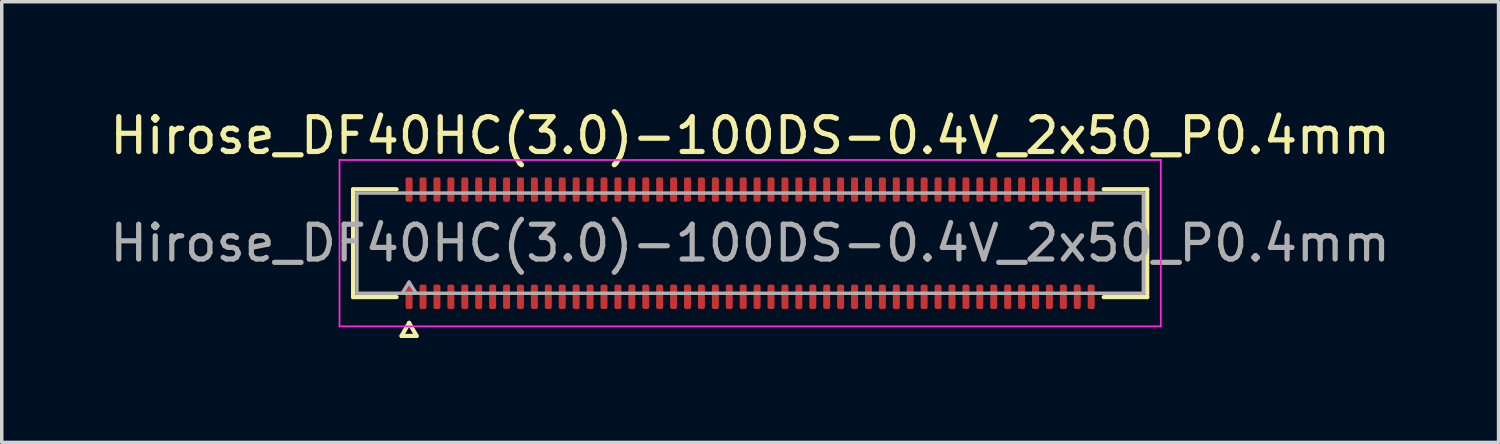
<source format=kicad_pcb>
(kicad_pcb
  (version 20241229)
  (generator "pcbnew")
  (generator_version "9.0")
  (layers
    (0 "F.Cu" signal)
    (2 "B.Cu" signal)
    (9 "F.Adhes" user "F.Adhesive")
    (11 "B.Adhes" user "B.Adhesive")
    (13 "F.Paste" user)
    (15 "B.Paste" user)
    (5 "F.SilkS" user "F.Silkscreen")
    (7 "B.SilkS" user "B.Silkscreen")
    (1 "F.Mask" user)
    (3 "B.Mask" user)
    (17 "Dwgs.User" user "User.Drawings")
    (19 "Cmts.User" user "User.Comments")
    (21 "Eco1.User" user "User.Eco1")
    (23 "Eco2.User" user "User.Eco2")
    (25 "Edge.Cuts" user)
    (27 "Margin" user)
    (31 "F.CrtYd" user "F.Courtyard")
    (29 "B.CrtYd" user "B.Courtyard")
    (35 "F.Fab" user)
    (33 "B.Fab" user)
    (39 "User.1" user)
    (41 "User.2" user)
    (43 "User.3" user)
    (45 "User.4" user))
  (footprint "Hirose_DF40HC(3.0)-100DS-0.4V_2x50_P0.4mm"
    (layer "F.Cu")
    (at 18.506 3.938)
    (property "Reference" "Hirose_DF40HC(3.0)-100DS-0.4V_2x50_P0.4mm" (at 0 -3.09 0) (layer "F.SilkS") (effects (font (size 1 1) (thickness 0.15))))
    (attr smd)
    (fp_line (start -11.41 -1.55) (end -10.16 -1.55) (stroke (width 0.12) (type solid)) (layer "F.SilkS"))
    (fp_line (start -11.41 1.55) (end -11.41 -1.55) (stroke (width 0.12) (type solid)) (layer "F.SilkS"))
    (fp_line (start -10.16 1.55) (end -11.41 1.55) (stroke (width 0.12) (type solid)) (layer "F.SilkS"))
    (fp_line (start -10.017 2.665) (end -9.8 2.29) (stroke (width 0.12) (type solid)) (layer "F.SilkS"))
    (fp_line (start -9.8 2.29) (end -9.583 2.665) (stroke (width 0.12) (type solid)) (layer "F.SilkS"))
    (fp_line (start -9.583 2.665) (end -10.017 2.665) (stroke (width 0.12) (type solid)) (layer "F.SilkS"))
    (fp_line (start 10.16 -1.55) (end 11.41 -1.55) (stroke (width 0.12) (type solid)) (layer "F.SilkS"))
    (fp_line (start 11.41 -1.55) (end 11.41 1.55) (stroke (width 0.12) (type solid)) (layer "F.SilkS"))
    (fp_line (start 11.41 1.55) (end 10.16 1.55) (stroke (width 0.12) (type solid)) (layer "F.SilkS"))
    (fp_line (start -11.8 -2.39) (end -11.8 2.39) (stroke (width 0.05) (type solid)) (layer "F.CrtYd"))
    (fp_line (start -11.8 2.39) (end 11.8 2.39) (stroke (width 0.05) (type solid)) (layer "F.CrtYd"))
    (fp_line (start 11.8 -2.39) (end -11.8 -2.39) (stroke (width 0.05) (type solid)) (layer "F.CrtYd"))
    (fp_line (start 11.8 2.39) (end 11.8 -2.39) (stroke (width 0.05) (type solid)) (layer "F.CrtYd"))
    (fp_line (start -11.3 -1.44) (end 11.3 -1.44) (stroke (width 0.1) (type solid)) (layer "F.Fab"))
    (fp_line (start -11.3 1.44) (end -11.3 -1.44) (stroke (width 0.1) (type solid)) (layer "F.Fab"))
    (fp_line (start -10 1.44) (end -9.8 1.12) (stroke (width 0.1) (type solid)) (layer "F.Fab"))
    (fp_line (start -9.8 1.12) (end -9.6 1.44) (stroke (width 0.1) (type solid)) (layer "F.Fab"))
    (fp_line (start 11.3 -1.44) (end 11.3 1.44) (stroke (width 0.1) (type solid)) (layer "F.Fab"))
    (fp_line (start 11.3 1.44) (end -11.3 1.44) (stroke (width 0.1) (type solid)) (layer "F.Fab"))
    (fp_text user "${REFERENCE}" (at 0 0 0) (layer "F.Fab") (effects (font (size 1 1) (thickness 0.15))))
    (pad "1" smd roundrect (at -9.8 1.54) (size 0.2 0.7) (layers "F.Cu" "F.Mask" "F.Paste") (roundrect_rratio 0.25))
    (pad "2" smd roundrect (at -9.8 -1.54) (size 0.2 0.7) (layers "F.Cu" "F.Mask" "F.Paste") (roundrect_rratio 0.25))
    (pad "3" smd roundrect (at -9.4 1.54) (size 0.2 0.7) (layers "F.Cu" "F.Mask" "F.Paste") (roundrect_rratio 0.25))
    (pad "4" smd roundrect (at -9.4 -1.54) (size 0.2 0.7) (layers "F.Cu" "F.Mask" "F.Paste") (roundrect_rratio 0.25))
    (pad "5" smd roundrect (at -9 1.54) (size 0.2 0.7) (layers "F.Cu" "F.Mask" "F.Paste") (roundrect_rratio 0.25))
    (pad "6" smd roundrect (at -9 -1.54) (size 0.2 0.7) (layers "F.Cu" "F.Mask" "F.Paste") (roundrect_rratio 0.25))
    (pad "7" smd roundrect (at -8.6 1.54) (size 0.2 0.7) (layers "F.Cu" "F.Mask" "F.Paste") (roundrect_rratio 0.25))
    (pad "8" smd roundrect (at -8.6 -1.54) (size 0.2 0.7) (layers "F.Cu" "F.Mask" "F.Paste") (roundrect_rratio 0.25))
    (pad "9" smd roundrect (at -8.2 1.54) (size 0.2 0.7) (layers "F.Cu" "F.Mask" "F.Paste") (roundrect_rratio 0.25))
    (pad "10" smd roundrect (at -8.2 -1.54) (size 0.2 0.7) (layers "F.Cu" "F.Mask" "F.Paste") (roundrect_rratio 0.25))
    (pad "11" smd roundrect (at -7.8 1.54) (size 0.2 0.7) (layers "F.Cu" "F.Mask" "F.Paste") (roundrect_rratio 0.25))
    (pad "12" smd roundrect (at -7.8 -1.54) (size 0.2 0.7) (layers "F.Cu" "F.Mask" "F.Paste") (roundrect_rratio 0.25))
    (pad "13" smd roundrect (at -7.4 1.54) (size 0.2 0.7) (layers "F.Cu" "F.Mask" "F.Paste") (roundrect_rratio 0.25))
    (pad "14" smd roundrect (at -7.4 -1.54) (size 0.2 0.7) (layers "F.Cu" "F.Mask" "F.Paste") (roundrect_rratio 0.25))
    (pad "15" smd roundrect (at -7 1.54) (size 0.2 0.7) (layers "F.Cu" "F.Mask" "F.Paste") (roundrect_rratio 0.25))
    (pad "16" smd roundrect (at -7 -1.54) (size 0.2 0.7) (layers "F.Cu" "F.Mask" "F.Paste") (roundrect_rratio 0.25))
    (pad "17" smd roundrect (at -6.6 1.54) (size 0.2 0.7) (layers "F.Cu" "F.Mask" "F.Paste") (roundrect_rratio 0.25))
    (pad "18" smd roundrect (at -6.6 -1.54) (size 0.2 0.7) (layers "F.Cu" "F.Mask" "F.Paste") (roundrect_rratio 0.25))
    (pad "19" smd roundrect (at -6.2 1.54) (size 0.2 0.7) (layers "F.Cu" "F.Mask" "F.Paste") (roundrect_rratio 0.25))
    (pad "20" smd roundrect (at -6.2 -1.54) (size 0.2 0.7) (layers "F.Cu" "F.Mask" "F.Paste") (roundrect_rratio 0.25))
    (pad "21" smd roundrect (at -5.8 1.54) (size 0.2 0.7) (layers "F.Cu" "F.Mask" "F.Paste") (roundrect_rratio 0.25))
    (pad "22" smd roundrect (at -5.8 -1.54) (size 0.2 0.7) (layers "F.Cu" "F.Mask" "F.Paste") (roundrect_rratio 0.25))
    (pad "23" smd roundrect (at -5.4 1.54) (size 0.2 0.7) (layers "F.Cu" "F.Mask" "F.Paste") (roundrect_rratio 0.25))
    (pad "24" smd roundrect (at -5.4 -1.54) (size 0.2 0.7) (layers "F.Cu" "F.Mask" "F.Paste") (roundrect_rratio 0.25))
    (pad "25" smd roundrect (at -5 1.54) (size 0.2 0.7) (layers "F.Cu" "F.Mask" "F.Paste") (roundrect_rratio 0.25))
    (pad "26" smd roundrect (at -5 -1.54) (size 0.2 0.7) (layers "F.Cu" "F.Mask" "F.Paste") (roundrect_rratio 0.25))
    (pad "27" smd roundrect (at -4.6 1.54) (size 0.2 0.7) (layers "F.Cu" "F.Mask" "F.Paste") (roundrect_rratio 0.25))
    (pad "28" smd roundrect (at -4.6 -1.54) (size 0.2 0.7) (layers "F.Cu" "F.Mask" "F.Paste") (roundrect_rratio 0.25))
    (pad "29" smd roundrect (at -4.2 1.54) (size 0.2 0.7) (layers "F.Cu" "F.Mask" "F.Paste") (roundrect_rratio 0.25))
    (pad "30" smd roundrect (at -4.2 -1.54) (size 0.2 0.7) (layers "F.Cu" "F.Mask" "F.Paste") (roundrect_rratio 0.25))
    (pad "31" smd roundrect (at -3.8 1.54) (size 0.2 0.7) (layers "F.Cu" "F.Mask" "F.Paste") (roundrect_rratio 0.25))
    (pad "32" smd roundrect (at -3.8 -1.54) (size 0.2 0.7) (layers "F.Cu" "F.Mask" "F.Paste") (roundrect_rratio 0.25))
    (pad "33" smd roundrect (at -3.4 1.54) (size 0.2 0.7) (layers "F.Cu" "F.Mask" "F.Paste") (roundrect_rratio 0.25))
    (pad "34" smd roundrect (at -3.4 -1.54) (size 0.2 0.7) (layers "F.Cu" "F.Mask" "F.Paste") (roundrect_rratio 0.25))
    (pad "35" smd roundrect (at -3 1.54) (size 0.2 0.7) (layers "F.Cu" "F.Mask" "F.Paste") (roundrect_rratio 0.25))
    (pad "36" smd roundrect (at -3 -1.54) (size 0.2 0.7) (layers "F.Cu" "F.Mask" "F.Paste") (roundrect_rratio 0.25))
    (pad "37" smd roundrect (at -2.6 1.54) (size 0.2 0.7) (layers "F.Cu" "F.Mask" "F.Paste") (roundrect_rratio 0.25))
    (pad "38" smd roundrect (at -2.6 -1.54) (size 0.2 0.7) (layers "F.Cu" "F.Mask" "F.Paste") (roundrect_rratio 0.25))
    (pad "39" smd roundrect (at -2.2 1.54) (size 0.2 0.7) (layers "F.Cu" "F.Mask" "F.Paste") (roundrect_rratio 0.25))
    (pad "40" smd roundrect (at -2.2 -1.54) (size 0.2 0.7) (layers "F.Cu" "F.Mask" "F.Paste") (roundrect_rratio 0.25))
    (pad "41" smd roundrect (at -1.8 1.54) (size 0.2 0.7) (layers "F.Cu" "F.Mask" "F.Paste") (roundrect_rratio 0.25))
    (pad "42" smd roundrect (at -1.8 -1.54) (size 0.2 0.7) (layers "F.Cu" "F.Mask" "F.Paste") (roundrect_rratio 0.25))
    (pad "43" smd roundrect (at -1.4 1.54) (size 0.2 0.7) (layers "F.Cu" "F.Mask" "F.Paste") (roundrect_rratio 0.25))
    (pad "44" smd roundrect (at -1.4 -1.54) (size 0.2 0.7) (layers "F.Cu" "F.Mask" "F.Paste") (roundrect_rratio 0.25))
    (pad "45" smd roundrect (at -1 1.54) (size 0.2 0.7) (layers "F.Cu" "F.Mask" "F.Paste") (roundrect_rratio 0.25))
    (pad "46" smd roundrect (at -1 -1.54) (size 0.2 0.7) (layers "F.Cu" "F.Mask" "F.Paste") (roundrect_rratio 0.25))
    (pad "47" smd roundrect (at -0.6 1.54) (size 0.2 0.7) (layers "F.Cu" "F.Mask" "F.Paste") (roundrect_rratio 0.25))
    (pad "48" smd roundrect (at -0.6 -1.54) (size 0.2 0.7) (layers "F.Cu" "F.Mask" "F.Paste") (roundrect_rratio 0.25))
    (pad "49" smd roundrect (at -0.2 1.54) (size 0.2 0.7) (layers "F.Cu" "F.Mask" "F.Paste") (roundrect_rratio 0.25))
    (pad "50" smd roundrect (at -0.2 -1.54) (size 0.2 0.7) (layers "F.Cu" "F.Mask" "F.Paste") (roundrect_rratio 0.25))
    (pad "51" smd roundrect (at 0.2 1.54) (size 0.2 0.7) (layers "F.Cu" "F.Mask" "F.Paste") (roundrect_rratio 0.25))
    (pad "52" smd roundrect (at 0.2 -1.54) (size 0.2 0.7) (layers "F.Cu" "F.Mask" "F.Paste") (roundrect_rratio 0.25))
    (pad "53" smd roundrect (at 0.6 1.54) (size 0.2 0.7) (layers "F.Cu" "F.Mask" "F.Paste") (roundrect_rratio 0.25))
    (pad "54" smd roundrect (at 0.6 -1.54) (size 0.2 0.7) (layers "F.Cu" "F.Mask" "F.Paste") (roundrect_rratio 0.25))
    (pad "55" smd roundrect (at 1 1.54) (size 0.2 0.7) (layers "F.Cu" "F.Mask" "F.Paste") (roundrect_rratio 0.25))
    (pad "56" smd roundrect (at 1 -1.54) (size 0.2 0.7) (layers "F.Cu" "F.Mask" "F.Paste") (roundrect_rratio 0.25))
    (pad "57" smd roundrect (at 1.4 1.54) (size 0.2 0.7) (layers "F.Cu" "F.Mask" "F.Paste") (roundrect_rratio 0.25))
    (pad "58" smd roundrect (at 1.4 -1.54) (size 0.2 0.7) (layers "F.Cu" "F.Mask" "F.Paste") (roundrect_rratio 0.25))
    (pad "59" smd roundrect (at 1.8 1.54) (size 0.2 0.7) (layers "F.Cu" "F.Mask" "F.Paste") (roundrect_rratio 0.25))
    (pad "60" smd roundrect (at 1.8 -1.54) (size 0.2 0.7) (layers "F.Cu" "F.Mask" "F.Paste") (roundrect_rratio 0.25))
    (pad "61" smd roundrect (at 2.2 1.54) (size 0.2 0.7) (layers "F.Cu" "F.Mask" "F.Paste") (roundrect_rratio 0.25))
    (pad "62" smd roundrect (at 2.2 -1.54) (size 0.2 0.7) (layers "F.Cu" "F.Mask" "F.Paste") (roundrect_rratio 0.25))
    (pad "63" smd roundrect (at 2.6 1.54) (size 0.2 0.7) (layers "F.Cu" "F.Mask" "F.Paste") (roundrect_rratio 0.25))
    (pad "64" smd roundrect (at 2.6 -1.54) (size 0.2 0.7) (layers "F.Cu" "F.Mask" "F.Paste") (roundrect_rratio 0.25))
    (pad "65" smd roundrect (at 3 1.54) (size 0.2 0.7) (layers "F.Cu" "F.Mask" "F.Paste") (roundrect_rratio 0.25))
    (pad "66" smd roundrect (at 3 -1.54) (size 0.2 0.7) (layers "F.Cu" "F.Mask" "F.Paste") (roundrect_rratio 0.25))
    (pad "67" smd roundrect (at 3.4 1.54) (size 0.2 0.7) (layers "F.Cu" "F.Mask" "F.Paste") (roundrect_rratio 0.25))
    (pad "68" smd roundrect (at 3.4 -1.54) (size 0.2 0.7) (layers "F.Cu" "F.Mask" "F.Paste") (roundrect_rratio 0.25))
    (pad "69" smd roundrect (at 3.8 1.54) (size 0.2 0.7) (layers "F.Cu" "F.Mask" "F.Paste") (roundrect_rratio 0.25))
    (pad "70" smd roundrect (at 3.8 -1.54) (size 0.2 0.7) (layers "F.Cu" "F.Mask" "F.Paste") (roundrect_rratio 0.25))
    (pad "71" smd roundrect (at 4.2 1.54) (size 0.2 0.7) (layers "F.Cu" "F.Mask" "F.Paste") (roundrect_rratio 0.25))
    (pad "72" smd roundrect (at 4.2 -1.54) (size 0.2 0.7) (layers "F.Cu" "F.Mask" "F.Paste") (roundrect_rratio 0.25))
    (pad "73" smd roundrect (at 4.6 1.54) (size 0.2 0.7) (layers "F.Cu" "F.Mask" "F.Paste") (roundrect_rratio 0.25))
    (pad "74" smd roundrect (at 4.6 -1.54) (size 0.2 0.7) (layers "F.Cu" "F.Mask" "F.Paste") (roundrect_rratio 0.25))
    (pad "75" smd roundrect (at 5 1.54) (size 0.2 0.7) (layers "F.Cu" "F.Mask" "F.Paste") (roundrect_rratio 0.25))
    (pad "76" smd roundrect (at 5 -1.54) (size 0.2 0.7) (layers "F.Cu" "F.Mask" "F.Paste") (roundrect_rratio 0.25))
    (pad "77" smd roundrect (at 5.4 1.54) (size 0.2 0.7) (layers "F.Cu" "F.Mask" "F.Paste") (roundrect_rratio 0.25))
    (pad "78" smd roundrect (at 5.4 -1.54) (size 0.2 0.7) (layers "F.Cu" "F.Mask" "F.Paste") (roundrect_rratio 0.25))
    (pad "79" smd roundrect (at 5.8 1.54) (size 0.2 0.7) (layers "F.Cu" "F.Mask" "F.Paste") (roundrect_rratio 0.25))
    (pad "80" smd roundrect (at 5.8 -1.54) (size 0.2 0.7) (layers "F.Cu" "F.Mask" "F.Paste") (roundrect_rratio 0.25))
    (pad "81" smd roundrect (at 6.2 1.54) (size 0.2 0.7) (layers "F.Cu" "F.Mask" "F.Paste") (roundrect_rratio 0.25))
    (pad "82" smd roundrect (at 6.2 -1.54) (size 0.2 0.7) (layers "F.Cu" "F.Mask" "F.Paste") (roundrect_rratio 0.25))
    (pad "83" smd roundrect (at 6.6 1.54) (size 0.2 0.7) (layers "F.Cu" "F.Mask" "F.Paste") (roundrect_rratio 0.25))
    (pad "84" smd roundrect (at 6.6 -1.54) (size 0.2 0.7) (layers "F.Cu" "F.Mask" "F.Paste") (roundrect_rratio 0.25))
    (pad "85" smd roundrect (at 7 1.54) (size 0.2 0.7) (layers "F.Cu" "F.Mask" "F.Paste") (roundrect_rratio 0.25))
    (pad "86" smd roundrect (at 7 -1.54) (size 0.2 0.7) (layers "F.Cu" "F.Mask" "F.Paste") (roundrect_rratio 0.25))
    (pad "87" smd roundrect (at 7.4 1.54) (size 0.2 0.7) (layers "F.Cu" "F.Mask" "F.Paste") (roundrect_rratio 0.25))
    (pad "88" smd roundrect (at 7.4 -1.54) (size 0.2 0.7) (layers "F.Cu" "F.Mask" "F.Paste") (roundrect_rratio 0.25))
    (pad "89" smd roundrect (at 7.8 1.54) (size 0.2 0.7) (layers "F.Cu" "F.Mask" "F.Paste") (roundrect_rratio 0.25))
    (pad "90" smd roundrect (at 7.8 -1.54) (size 0.2 0.7) (layers "F.Cu" "F.Mask" "F.Paste") (roundrect_rratio 0.25))
    (pad "91" smd roundrect (at 8.2 1.54) (size 0.2 0.7) (layers "F.Cu" "F.Mask" "F.Paste") (roundrect_rratio 0.25))
    (pad "92" smd roundrect (at 8.2 -1.54) (size 0.2 0.7) (layers "F.Cu" "F.Mask" "F.Paste") (roundrect_rratio 0.25))
    (pad "93" smd roundrect (at 8.6 1.54) (size 0.2 0.7) (layers "F.Cu" "F.Mask" "F.Paste") (roundrect_rratio 0.25))
    (pad "94" smd roundrect (at 8.6 -1.54) (size 0.2 0.7) (layers "F.Cu" "F.Mask" "F.Paste") (roundrect_rratio 0.25))
    (pad "95" smd roundrect (at 9 1.54) (size 0.2 0.7) (layers "F.Cu" "F.Mask" "F.Paste") (roundrect_rratio 0.25))
    (pad "96" smd roundrect (at 9 -1.54) (size 0.2 0.7) (layers "F.Cu" "F.Mask" "F.Paste") (roundrect_rratio 0.25))
    (pad "97" smd roundrect (at 9.4 1.54) (size 0.2 0.7) (layers "F.Cu" "F.Mask" "F.Paste") (roundrect_rratio 0.25))
    (pad "98" smd roundrect (at 9.4 -1.54) (size 0.2 0.7) (layers "F.Cu" "F.Mask" "F.Paste") (roundrect_rratio 0.25))
    (pad "99" smd roundrect (at 9.8 1.54) (size 0.2 0.7) (layers "F.Cu" "F.Mask" "F.Paste") (roundrect_rratio 0.25))
    (pad "100" smd roundrect (at 9.8 -1.54) (size 0.2 0.7) (layers "F.Cu" "F.Mask" "F.Paste") (roundrect_rratio 0.25)))
  (gr_rect
    (start -3 -3)
    (end 40.012 9.663)
    (stroke (width 0.1) (type default))
    (fill no)
    (layer "Edge.Cuts")))
</source>
